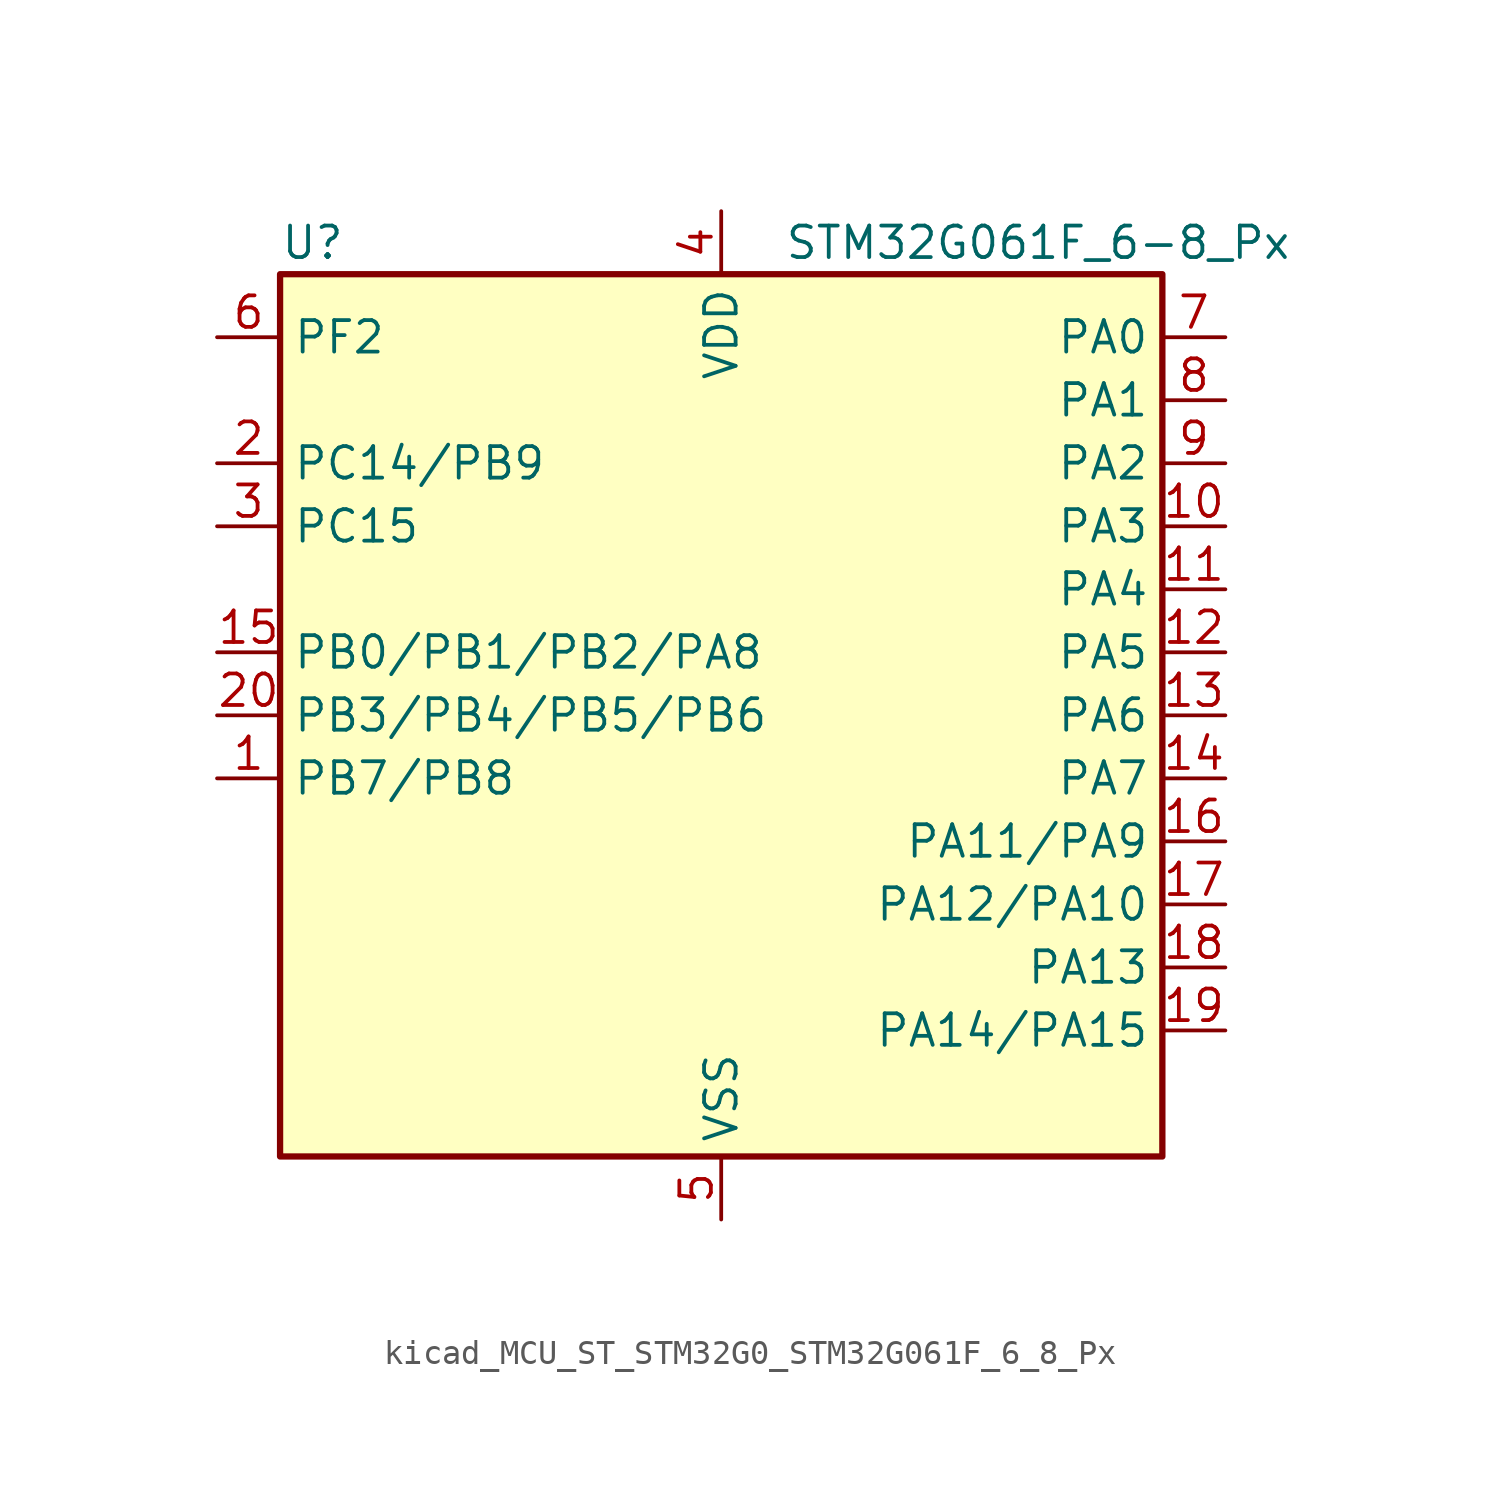
<source format=kicad_sym>
(kicad_symbol_lib
  (version 20220914)
  (generator kicad_symbol_editor)
  (symbol "kicad_MCU_ST_STM32G0_STM32G061F_6_8_Px"
    (property "Reference" "U"
      (at -17.78 19.05 0)
      (effects (font (size 1.27 1.27)) (justify left)))
    (property "Value" "STM32G061F_6-8_Px"
      (at 2.54 19.05 0)
      (effects (font (size 1.27 1.27)) (justify left)))
    (property "ki_locked" ""
      (at 0 0 0)
      (effects (font (size 1.27 1.27))))
    (symbol "kicad_MCU_ST_STM32G0_STM32G061F_6_8_Px_0_1"
      (rectangle (start -17.78 -17.78) (end 17.78 17.78) (stroke (width 0.254) (type default)) (fill (type background))))
    (symbol "kicad_MCU_ST_STM32G0_STM32G061F_6_8_Px_1_1"
      (pin bidirectional line (at -20.32 -2.54 0) (length 2.54) (name "PB7/PB8" (effects (font (size 1.27 1.27)))) (number "1" (effects (font (size 1.27 1.27)))) (alternate "ADC1_IN11" bidirectional line) (alternate "COMP2_INM" bidirectional line) (alternate "I2C1_SDA" bidirectional line) (alternate "LPTIM1_IN2" bidirectional line) (alternate "SPI2_MOSI" bidirectional line) (alternate "SYS_PVD_IN" bidirectional line) (alternate "TIM17_CH1N" bidirectional line) (alternate "USART1_RX" bidirectional line))
      (pin bidirectional line (at 20.32 7.62 180) (length 2.54) (name "PA3" (effects (font (size 1.27 1.27)))) (number "10" (effects (font (size 1.27 1.27)))) (alternate "ADC1_IN3" bidirectional line) (alternate "COMP2_INP" bidirectional line) (alternate "LPUART1_RX" bidirectional line) (alternate "SPI2_MISO" bidirectional line) (alternate "TIM15_CH2" bidirectional line) (alternate "TIM2_CH4" bidirectional line) (alternate "USART2_RX" bidirectional line))
      (pin bidirectional line (at 20.32 5.08 180) (length 2.54) (name "PA4" (effects (font (size 1.27 1.27)))) (number "11" (effects (font (size 1.27 1.27)))) (alternate "ADC1_IN4" bidirectional line) (alternate "DAC1_OUT1" bidirectional line) (alternate "I2S1_WS" bidirectional line) (alternate "LPTIM2_OUT" bidirectional line) (alternate "RTC_OUT1" bidirectional line) (alternate "RTC_TAMP_IN1" bidirectional line) (alternate "RTC_TS" bidirectional line) (alternate "SPI1_NSS" bidirectional line) (alternate "SPI2_MOSI" bidirectional line) (alternate "SYS_WKUP2" bidirectional line) (alternate "TIM14_CH1" bidirectional line))
      (pin bidirectional line (at 20.32 2.54 180) (length 2.54) (name "PA5" (effects (font (size 1.27 1.27)))) (number "12" (effects (font (size 1.27 1.27)))) (alternate "ADC1_IN5" bidirectional line) (alternate "DAC1_OUT2" bidirectional line) (alternate "I2S1_CK" bidirectional line) (alternate "LPTIM2_ETR" bidirectional line) (alternate "SPI1_SCK" bidirectional line) (alternate "TIM2_CH1" bidirectional line) (alternate "TIM2_ETR" bidirectional line))
      (pin bidirectional line (at 20.32 0 180) (length 2.54) (name "PA6" (effects (font (size 1.27 1.27)))) (number "13" (effects (font (size 1.27 1.27)))) (alternate "ADC1_IN6" bidirectional line) (alternate "COMP1_OUT" bidirectional line) (alternate "I2S1_MCK" bidirectional line) (alternate "LPUART1_CTS" bidirectional line) (alternate "SPI1_MISO" bidirectional line) (alternate "TIM16_CH1" bidirectional line) (alternate "TIM1_BK" bidirectional line) (alternate "TIM3_CH1" bidirectional line))
      (pin bidirectional line (at 20.32 -2.54 180) (length 2.54) (name "PA7" (effects (font (size 1.27 1.27)))) (number "14" (effects (font (size 1.27 1.27)))) (alternate "ADC1_IN7" bidirectional line) (alternate "COMP2_OUT" bidirectional line) (alternate "I2S1_SD" bidirectional line) (alternate "SPI1_MOSI" bidirectional line) (alternate "TIM14_CH1" bidirectional line) (alternate "TIM17_CH1" bidirectional line) (alternate "TIM1_CH1N" bidirectional line) (alternate "TIM3_CH2" bidirectional line))
      (pin bidirectional line (at -20.32 2.54 0) (length 2.54) (name "PB0/PB1/PB2/PA8" (effects (font (size 1.27 1.27)))) (number "15" (effects (font (size 1.27 1.27)))) (alternate "ADC1_IN8" bidirectional line) (alternate "COMP1_OUT" bidirectional line) (alternate "I2S1_WS" bidirectional line) (alternate "LPTIM1_OUT" bidirectional line) (alternate "SPI1_NSS" bidirectional line) (alternate "TIM1_CH2N" bidirectional line) (alternate "TIM3_CH3" bidirectional line))
      (pin bidirectional line (at 20.32 -5.08 180) (length 2.54) (name "PA11/PA9" (effects (font (size 1.27 1.27)))) (number "16" (effects (font (size 1.27 1.27)))) (alternate "ADC1_EXTI11" bidirectional line) (alternate "ADC1_IN15" bidirectional line) (alternate "COMP1_OUT" bidirectional line) (alternate "I2C2_SCL" bidirectional line) (alternate "I2S1_MCK" bidirectional line) (alternate "SPI1_MISO" bidirectional line) (alternate "TIM1_BK2" bidirectional line) (alternate "TIM1_CH4" bidirectional line) (alternate "USART1_CTS" bidirectional line) (alternate "USART1_NSS" bidirectional line))
      (pin bidirectional line (at 20.32 -7.62 180) (length 2.54) (name "PA12/PA10" (effects (font (size 1.27 1.27)))) (number "17" (effects (font (size 1.27 1.27)))) (alternate "ADC1_IN16" bidirectional line) (alternate "COMP2_OUT" bidirectional line) (alternate "I2C2_SDA" bidirectional line) (alternate "I2S1_SD" bidirectional line) (alternate "I2S_CKIN" bidirectional line) (alternate "SPI1_MOSI" bidirectional line) (alternate "TIM1_ETR" bidirectional line) (alternate "USART1_CK" bidirectional line) (alternate "USART1_DE" bidirectional line) (alternate "USART1_RTS" bidirectional line))
      (pin bidirectional line (at 20.32 -10.16 180) (length 2.54) (name "PA13" (effects (font (size 1.27 1.27)))) (number "18" (effects (font (size 1.27 1.27)))) (alternate "ADC1_IN17" bidirectional line) (alternate "IR_OUT" bidirectional line) (alternate "SYS_SWDIO" bidirectional line))
      (pin bidirectional line (at 20.32 -12.7 180) (length 2.54) (name "PA14/PA15" (effects (font (size 1.27 1.27)))) (number "19" (effects (font (size 1.27 1.27)))) (alternate "ADC1_IN18" bidirectional line) (alternate "SYS_SWCLK" bidirectional line) (alternate "USART2_TX" bidirectional line))
      (pin bidirectional line (at -20.32 10.16 0) (length 2.54) (name "PC14/PB9" (effects (font (size 1.27 1.27)))) (number "2" (effects (font (size 1.27 1.27)))) (alternate "RCC_OSC32_IN" bidirectional line) (alternate "RCC_OSC_IN" bidirectional line) (alternate "TIM1_BK2" bidirectional line))
      (pin bidirectional line (at -20.32 0 0) (length 2.54) (name "PB3/PB4/PB5/PB6" (effects (font (size 1.27 1.27)))) (number "20" (effects (font (size 1.27 1.27)))) (alternate "COMP2_INM" bidirectional line) (alternate "I2S1_CK" bidirectional line) (alternate "SPI1_SCK" bidirectional line) (alternate "TIM1_CH2" bidirectional line) (alternate "TIM2_CH2" bidirectional line) (alternate "USART1_CK" bidirectional line) (alternate "USART1_DE" bidirectional line) (alternate "USART1_RTS" bidirectional line))
      (pin bidirectional line (at -20.32 7.62 0) (length 2.54) (name "PC15" (effects (font (size 1.27 1.27)))) (number "3" (effects (font (size 1.27 1.27)))) (alternate "RCC_OSC32_EN" bidirectional line) (alternate "RCC_OSC32_OUT" bidirectional line) (alternate "RCC_OSC_EN" bidirectional line) (alternate "TIM15_BK" bidirectional line))
      (pin power_in line (at 0 20.32 270) (length 2.54) (name "VDD" (effects (font (size 1.27 1.27)))) (number "4" (effects (font (size 1.27 1.27)))))
      (pin power_in line (at 0 -20.32 90) (length 2.54) (name "VSS" (effects (font (size 1.27 1.27)))) (number "5" (effects (font (size 1.27 1.27)))))
      (pin bidirectional line (at -20.32 15.24 0) (length 2.54) (name "PF2" (effects (font (size 1.27 1.27)))) (number "6" (effects (font (size 1.27 1.27)))) (alternate "RCC_MCO" bidirectional line))
      (pin bidirectional line (at 20.32 15.24 180) (length 2.54) (name "PA0" (effects (font (size 1.27 1.27)))) (number "7" (effects (font (size 1.27 1.27)))) (alternate "ADC1_IN0" bidirectional line) (alternate "COMP1_INM" bidirectional line) (alternate "COMP1_OUT" bidirectional line) (alternate "LPTIM1_OUT" bidirectional line) (alternate "RTC_TAMP_IN2" bidirectional line) (alternate "SPI2_SCK" bidirectional line) (alternate "SYS_WKUP1" bidirectional line) (alternate "TIM2_CH1" bidirectional line) (alternate "TIM2_ETR" bidirectional line) (alternate "USART2_CTS" bidirectional line) (alternate "USART2_NSS" bidirectional line))
      (pin bidirectional line (at 20.32 12.7 180) (length 2.54) (name "PA1" (effects (font (size 1.27 1.27)))) (number "8" (effects (font (size 1.27 1.27)))) (alternate "ADC1_IN1" bidirectional line) (alternate "COMP1_INP" bidirectional line) (alternate "I2C1_SMBA" bidirectional line) (alternate "I2S1_CK" bidirectional line) (alternate "SPI1_SCK" bidirectional line) (alternate "TIM15_CH1N" bidirectional line) (alternate "TIM2_CH2" bidirectional line) (alternate "USART2_CK" bidirectional line) (alternate "USART2_DE" bidirectional line) (alternate "USART2_RTS" bidirectional line))
      (pin bidirectional line (at 20.32 10.16 180) (length 2.54) (name "PA2" (effects (font (size 1.27 1.27)))) (number "9" (effects (font (size 1.27 1.27)))) (alternate "ADC1_IN2" bidirectional line) (alternate "COMP2_INM" bidirectional line) (alternate "COMP2_OUT" bidirectional line) (alternate "I2S1_SD" bidirectional line) (alternate "LPUART1_TX" bidirectional line) (alternate "RCC_LSCO" bidirectional line) (alternate "SPI1_MOSI" bidirectional line) (alternate "SYS_WKUP4" bidirectional line) (alternate "TIM15_CH1" bidirectional line) (alternate "TIM2_CH3" bidirectional line) (alternate "USART2_TX" bidirectional line)))))
</source>
